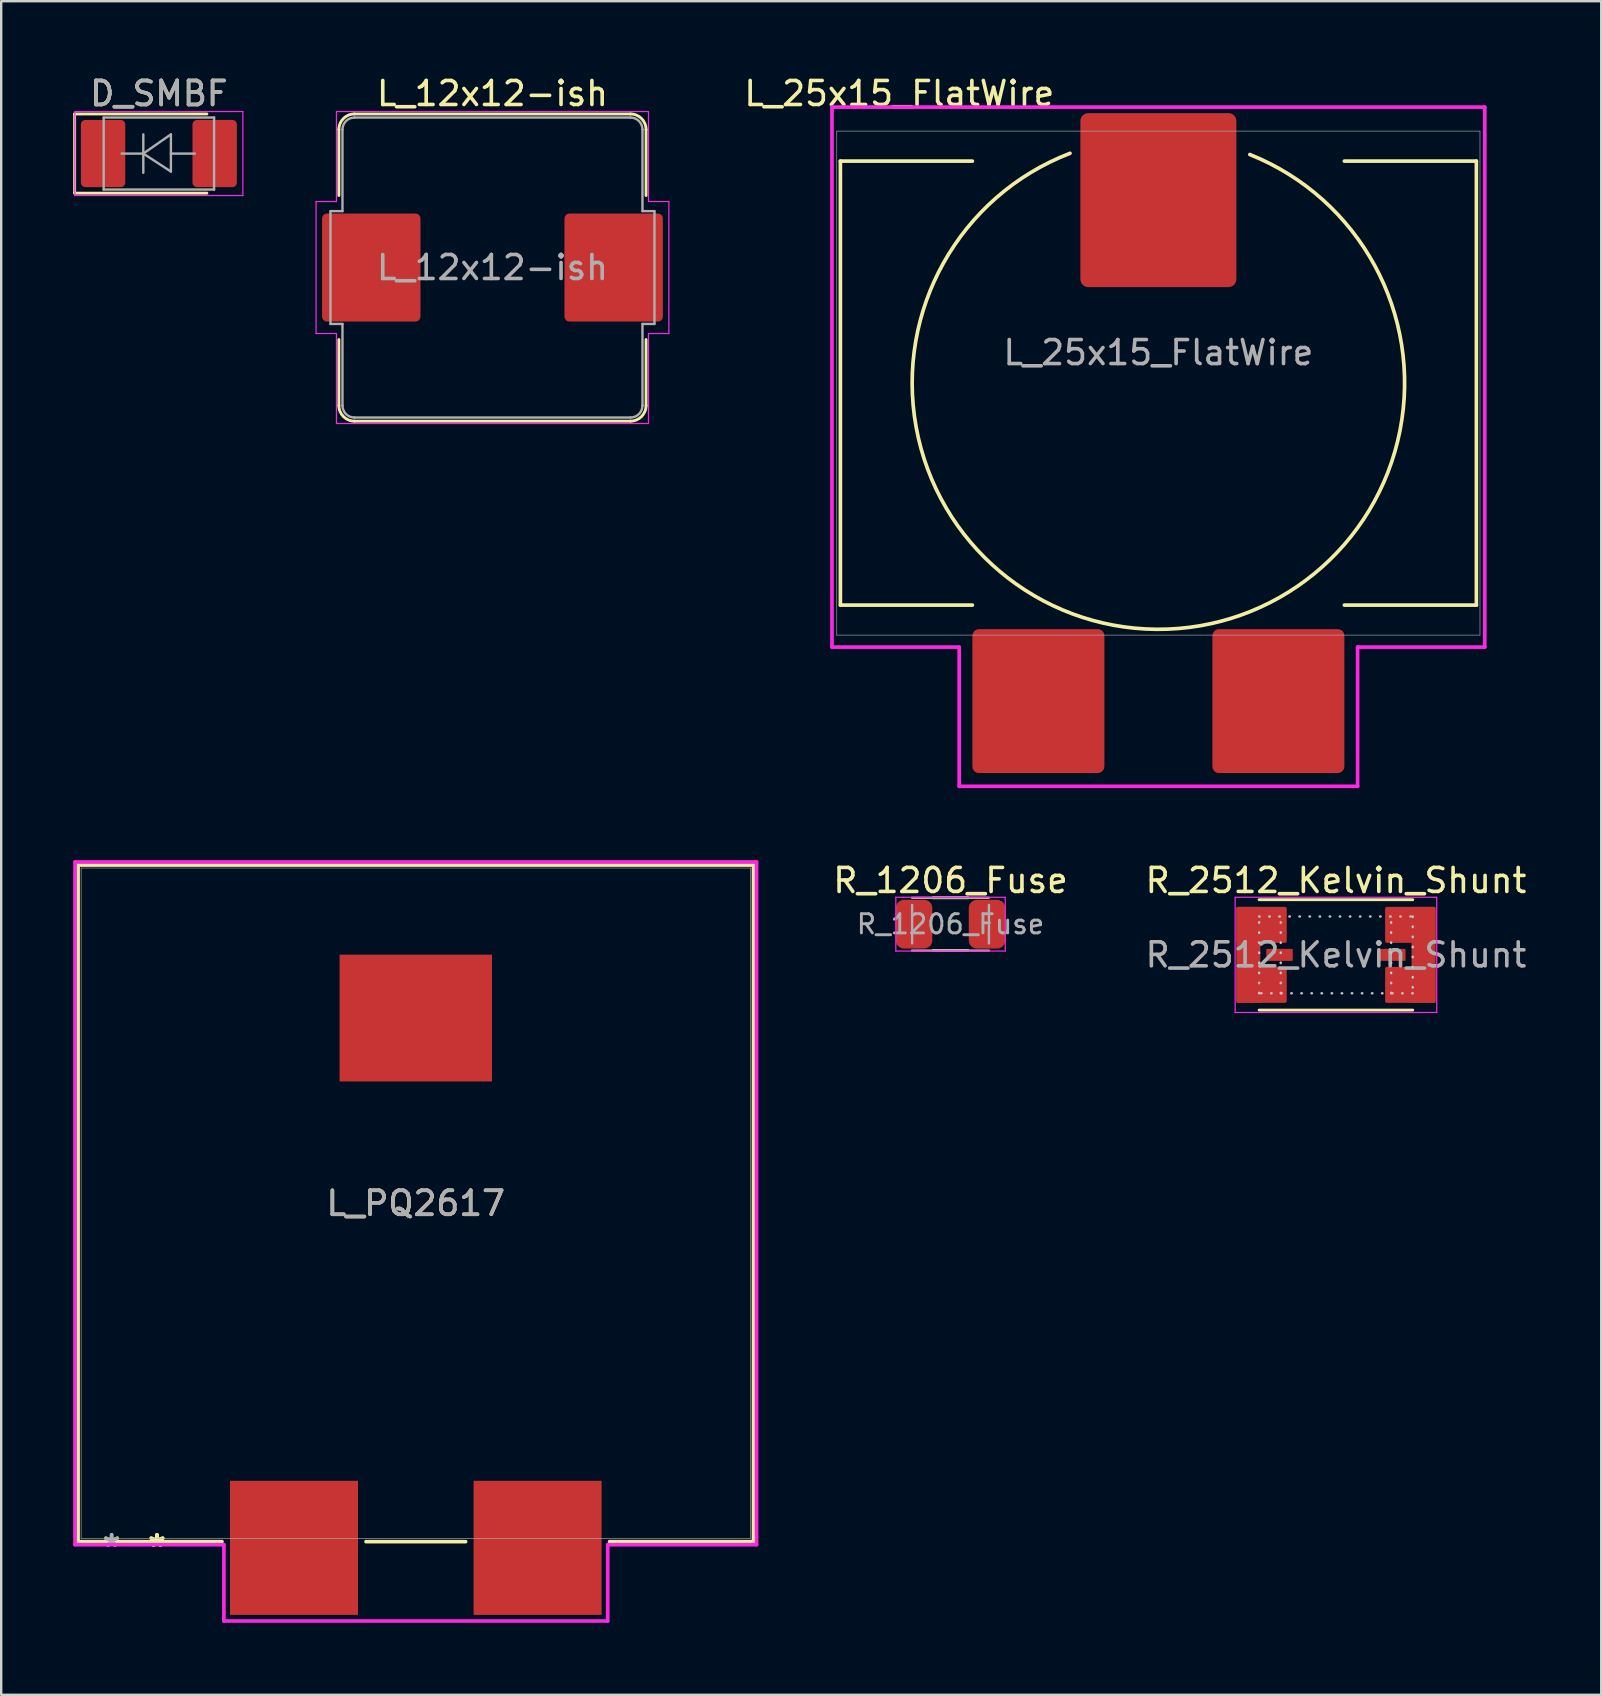
<source format=kicad_pcb>
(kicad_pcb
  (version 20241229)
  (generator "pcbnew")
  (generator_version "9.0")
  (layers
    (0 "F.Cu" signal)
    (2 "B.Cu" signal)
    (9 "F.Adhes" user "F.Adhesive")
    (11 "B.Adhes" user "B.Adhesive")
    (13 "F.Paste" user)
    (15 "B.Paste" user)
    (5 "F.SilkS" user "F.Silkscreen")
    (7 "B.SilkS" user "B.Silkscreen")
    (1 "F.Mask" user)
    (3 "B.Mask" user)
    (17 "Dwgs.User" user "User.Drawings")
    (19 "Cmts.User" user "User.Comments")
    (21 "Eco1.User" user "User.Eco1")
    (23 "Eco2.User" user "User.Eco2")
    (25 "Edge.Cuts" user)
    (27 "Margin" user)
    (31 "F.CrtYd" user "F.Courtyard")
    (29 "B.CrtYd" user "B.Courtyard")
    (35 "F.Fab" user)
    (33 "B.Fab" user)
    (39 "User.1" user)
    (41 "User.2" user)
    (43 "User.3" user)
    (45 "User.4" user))
  (footprint "L_12x12-ish"
    (layer "F.Cu")
    (at 17.47 8.098)
    (property "Reference" "L_12x12-ish" (at 0 -7.25 0) (layer "F.SilkS") (effects (font (size 1 1) (thickness 0.15))))
    (attr smd)
    (fp_line (start -6.4 -5.75) (end -6.4 -3) (stroke (width 0.12) (type solid)) (layer "F.SilkS"))
    (fp_line (start -6.4 3) (end -6.4 5.75) (stroke (width 0.12) (type solid)) (layer "F.SilkS"))
    (fp_line (start -5.75 -6.4) (end 5.75 -6.4) (stroke (width 0.12) (type solid)) (layer "F.SilkS"))
    (fp_line (start 5.75 6.4) (end -5.75 6.4) (stroke (width 0.12) (type solid)) (layer "F.SilkS"))
    (fp_line (start 6.4 -5.75) (end 6.4 -3) (stroke (width 0.12) (type solid)) (layer "F.SilkS"))
    (fp_line (start 6.4 3) (end 6.4 5.75) (stroke (width 0.12) (type solid)) (layer "F.SilkS"))
    (fp_arc (start -6.4 -5.75) (mid -6.209619 -6.209619) (end -5.75 -6.4) (stroke (width 0.12) (type solid)) (layer "F.SilkS"))
    (fp_arc (start -5.75 6.4) (mid -6.209619 6.209619) (end -6.4 5.75) (stroke (width 0.12) (type solid)) (layer "F.SilkS"))
    (fp_arc (start 5.75 -6.4) (mid 6.209619 -6.209619) (end 6.4 -5.75) (stroke (width 0.12) (type solid)) (layer "F.SilkS"))
    (fp_arc (start 6.4 5.75) (mid 6.209619 6.209619) (end 5.75 6.4) (stroke (width 0.12) (type solid)) (layer "F.SilkS"))
    (fp_line (start -7.35 -2.75) (end -6.5 -2.75) (stroke (width 0.05) (type solid)) (layer "F.CrtYd"))
    (fp_line (start -7.35 2.75) (end -7.35 -2.75) (stroke (width 0.05) (type solid)) (layer "F.CrtYd"))
    (fp_line (start -6.5 -6.5) (end 6.5 -6.5) (stroke (width 0.05) (type solid)) (layer "F.CrtYd"))
    (fp_line (start -6.5 -2.75) (end -6.5 -6.5) (stroke (width 0.05) (type solid)) (layer "F.CrtYd"))
    (fp_line (start -6.5 2.75) (end -7.35 2.75) (stroke (width 0.05) (type solid)) (layer "F.CrtYd"))
    (fp_line (start -6.5 2.75) (end -6.5 6.5) (stroke (width 0.05) (type solid)) (layer "F.CrtYd"))
    (fp_line (start 6.5 -2.75) (end 6.5 -6.5) (stroke (width 0.05) (type solid)) (layer "F.CrtYd"))
    (fp_line (start 6.5 -2.75) (end 7.35 -2.75) (stroke (width 0.05) (type solid)) (layer "F.CrtYd"))
    (fp_line (start 6.5 2.75) (end 6.5 6.5) (stroke (width 0.05) (type solid)) (layer "F.CrtYd"))
    (fp_line (start 6.5 6.5) (end -6.5 6.5) (stroke (width 0.05) (type solid)) (layer "F.CrtYd"))
    (fp_line (start 7.35 -2.75) (end 7.35 2.75) (stroke (width 0.05) (type solid)) (layer "F.CrtYd"))
    (fp_line (start 7.35 2.75) (end 6.5 2.75) (stroke (width 0.05) (type solid)) (layer "F.CrtYd"))
    (fp_line (start -6.75 -2.35) (end -6.75 2.35) (stroke (width 0.1) (type solid)) (layer "F.Fab"))
    (fp_line (start -6.75 -2.35) (end -6.25 -2.35) (stroke (width 0.1) (type solid)) (layer "F.Fab"))
    (fp_line (start -6.75 2.35) (end -6.25 2.35) (stroke (width 0.1) (type solid)) (layer "F.Fab"))
    (fp_line (start -6.25 -5.75) (end -6.25 -2.35) (stroke (width 0.1) (type solid)) (layer "F.Fab"))
    (fp_line (start -6.25 2.35) (end -6.25 5.75) (stroke (width 0.1) (type solid)) (layer "F.Fab"))
    (fp_line (start -5.75 -6.25) (end 5.75 -6.25) (stroke (width 0.1) (type solid)) (layer "F.Fab"))
    (fp_line (start 5.75 6.25) (end -5.75 6.25) (stroke (width 0.1) (type solid)) (layer "F.Fab"))
    (fp_line (start 6.25 -2.35) (end 6.25 -5.75) (stroke (width 0.1) (type solid)) (layer "F.Fab"))
    (fp_line (start 6.25 2.35) (end 6.25 5.75) (stroke (width 0.1) (type solid)) (layer "F.Fab"))
    (fp_line (start 6.75 -2.35) (end 6.25 -2.35) (stroke (width 0.1) (type solid)) (layer "F.Fab"))
    (fp_line (start 6.75 -2.35) (end 6.75 2.35) (stroke (width 0.1) (type solid)) (layer "F.Fab"))
    (fp_line (start 6.75 2.35) (end 6.25 2.35) (stroke (width 0.1) (type solid)) (layer "F.Fab"))
    (fp_arc (start -6.25 -5.75) (mid -6.103553 -6.103553) (end -5.75 -6.25) (stroke (width 0.1) (type solid)) (layer "F.Fab"))
    (fp_arc (start -5.75 6.25) (mid -6.103553 6.103553) (end -6.25 5.75) (stroke (width 0.1) (type solid)) (layer "F.Fab"))
    (fp_arc (start 5.75 -6.25) (mid 6.103553 -6.103553) (end 6.25 -5.75) (stroke (width 0.1) (type solid)) (layer "F.Fab"))
    (fp_arc (start 6.25 5.75) (mid 6.103553 6.103553) (end 5.75 6.25) (stroke (width 0.1) (type solid)) (layer "F.Fab"))
    (fp_text user "${REFERENCE}" (at 0 0 0) (layer "F.Fab") (effects (font (size 1 1) (thickness 0.15))))
    (pad "1" smd roundrect (at -5.05 0) (size 4.1 4.5) (layers "F.Cu" "F.Mask" "F.Paste") (roundrect_rratio 0.05))
    (pad "2" smd roundrect (at 5.05 0) (size 4.1 4.5) (layers "F.Cu" "F.Mask" "F.Paste") (roundrect_rratio 0.05)))
  (footprint "R_1206_Fuse"
    (layer "F.Cu")
    (at 36.556 35.458)
    (property "Reference" "R_1206_Fuse" (at 0 -1.82 0) (layer "F.SilkS") (effects (font (size 1 1) (thickness 0.15))))
    (attr smd)
    (fp_line (start -0.727 -1.1) (end 0.727 -1.1) (stroke (width 0.12) (type solid)) (layer "F.SilkS"))
    (fp_line (start -0.727 1.1) (end 0.727 1.1) (stroke (width 0.12) (type solid)) (layer "F.SilkS"))
    (fp_line (start -2.28 -1.12) (end 2.28 -1.12) (stroke (width 0.05) (type solid)) (layer "F.CrtYd"))
    (fp_line (start -2.28 1.12) (end -2.28 -1.12) (stroke (width 0.05) (type solid)) (layer "F.CrtYd"))
    (fp_line (start 2.28 -1.12) (end 2.28 1.12) (stroke (width 0.05) (type solid)) (layer "F.CrtYd"))
    (fp_line (start 2.28 1.12) (end -2.28 1.12) (stroke (width 0.05) (type solid)) (layer "F.CrtYd"))
    (fp_line (start -1.6 -1.1) (end 1.6 -1.1) (stroke (width 0.1) (type solid)) (layer "F.Fab"))
    (fp_line (start -1.6 0.8) (end -1.6 -0.8) (stroke (width 0.1) (type solid)) (layer "F.Fab"))
    (fp_line (start 1.6 -0.8) (end 1.6 0.8) (stroke (width 0.1) (type solid)) (layer "F.Fab"))
    (fp_line (start 1.6 1.1) (end -1.6 1.1) (stroke (width 0.1) (type solid)) (layer "F.Fab"))
    (fp_text user "${REFERENCE}" (at 0 0 0) (layer "F.Fab") (effects (font (size 0.8 0.8) (thickness 0.12))))
    (pad "1" smd roundrect (at -1.52 0) (size 1.52 2.03) (layers "F.Cu" "F.Mask" "F.Paste") (roundrect_rratio 0.222))
    (pad "2" smd roundrect (at 1.52 0) (size 1.52 2.03) (layers "F.Cu" "F.Mask" "F.Paste") (roundrect_rratio 0.222)))
  (footprint "D_SMBF"
    (layer "F.Cu")
    (at 3.57 3.348)
    (property "Reference" "D_SMBF" (at 0 -2.5 0) (layer "F.SilkS") (effects (font (size 1 1) (thickness 0.15))))
    (attr smd)
    (fp_line (start -3.51 -1.65) (end -3.51 1.65) (stroke (width 0.12) (type solid)) (layer "F.SilkS"))
    (fp_line (start -3.51 -1.65) (end 2 -1.65) (stroke (width 0.12) (type solid)) (layer "F.SilkS"))
    (fp_line (start -3.51 1.65) (end 2 1.65) (stroke (width 0.12) (type solid)) (layer "F.SilkS"))
    (fp_line (start -3.5 -1.75) (end 3.5 -1.75) (stroke (width 0.05) (type solid)) (layer "F.CrtYd"))
    (fp_line (start -3.5 1.75) (end -3.5 -1.75) (stroke (width 0.05) (type solid)) (layer "F.CrtYd"))
    (fp_line (start 3.5 -1.75) (end 3.5 1.75) (stroke (width 0.05) (type solid)) (layer "F.CrtYd"))
    (fp_line (start 3.5 1.75) (end -3.5 1.75) (stroke (width 0.05) (type solid)) (layer "F.CrtYd"))
    (fp_line (start -2.3 1.5) (end -2.3 -1.5) (stroke (width 0.1) (type solid)) (layer "F.Fab"))
    (fp_line (start -0.649 -0.799) (end -0.649 0.801) (stroke (width 0.1) (type solid)) (layer "F.Fab"))
    (fp_line (start -0.649 0.001) (end -1.551 0.001) (stroke (width 0.1) (type solid)) (layer "F.Fab"))
    (fp_line (start -0.649 0.001) (end 0.501 -0.799) (stroke (width 0.1) (type solid)) (layer "F.Fab"))
    (fp_line (start -0.649 0.001) (end 0.501 0.75) (stroke (width 0.1) (type solid)) (layer "F.Fab"))
    (fp_line (start 0.501 0.001) (end 1.499 0.001) (stroke (width 0.1) (type solid)) (layer "F.Fab"))
    (fp_line (start 0.501 0.75) (end 0.501 -0.799) (stroke (width 0.1) (type solid)) (layer "F.Fab"))
    (fp_line (start 2.3 -1.5) (end -2.3 -1.5) (stroke (width 0.1) (type solid)) (layer "F.Fab"))
    (fp_line (start 2.3 -1.5) (end 2.3 1.5) (stroke (width 0.1) (type solid)) (layer "F.Fab"))
    (fp_line (start 2.3 1.5) (end -2.3 1.5) (stroke (width 0.1) (type solid)) (layer "F.Fab"))
    (fp_text user "${REFERENCE}" (at 0 -2.5 0) (layer "F.Fab") (effects (font (size 1 1) (thickness 0.15))))
    (pad "1" smd roundrect (at -2.325 0) (size 1.85 2.8) (layers "F.Cu" "F.Mask" "F.Paste") (roundrect_rratio 0.1))
    (pad "2" smd roundrect (at 2.325 0) (size 1.85 2.8) (layers "F.Cu" "F.Mask" "F.Paste") (roundrect_rratio 0.1)))
  (footprint "R_2512_Kelvin_Shunt"
    (layer "F.Cu")
    (at 52.615 36.738)
    (property "Reference" "R_2512_Kelvin_Shunt" (at 0 -3.1 0) (layer "F.SilkS") (effects (font (size 1 1) (thickness 0.15))))
    (attr smd)
    (fp_line (start -3.2 -2.3) (end 3.2 -2.3) (stroke (width 0.12) (type solid)) (layer "F.SilkS"))
    (fp_line (start -3.2 2.3) (end 3.2 2.3) (stroke (width 0.12) (type solid)) (layer "F.SilkS"))
    (fp_line (start -3.2 -1.6) (end 3.2 -1.6) (stroke (width 0.1) (type dot)) (layer "Dwgs.User"))
    (fp_line (start -3.2 1.6) (end -3.2 -1.6) (stroke (width 0.1) (type dot)) (layer "Dwgs.User"))
    (fp_line (start -2.3 1.6) (end -2.3 -1.6) (stroke (width 0.1) (type dot)) (layer "Dwgs.User"))
    (fp_line (start 2.3 1.6) (end 2.3 -1.6) (stroke (width 0.1) (type dot)) (layer "Dwgs.User"))
    (fp_line (start 3.2 -1.6) (end 3.2 1.6) (stroke (width 0.1) (type dot)) (layer "Dwgs.User"))
    (fp_line (start 3.2 1.6) (end -3.2 1.6) (stroke (width 0.1) (type dot)) (layer "Dwgs.User"))
    (fp_line (start -4.2 -2.4) (end 4.2 -2.4) (stroke (width 0.05) (type solid)) (layer "F.CrtYd"))
    (fp_line (start -4.2 2.4) (end -4.2 -2.4) (stroke (width 0.05) (type solid)) (layer "F.CrtYd"))
    (fp_line (start 4.2 -2.4) (end 4.2 2.4) (stroke (width 0.05) (type solid)) (layer "F.CrtYd"))
    (fp_line (start 4.2 2.4) (end -4.2 2.4) (stroke (width 0.05) (type solid)) (layer "F.CrtYd"))
    (fp_text user "${REFERENCE}" (at 0 0 0) (layer "F.Fab") (effects (font (size 1 1) (thickness 0.15))))
    (pad "1" smd roundrect (at -3.65 0) (size 1 4) (layers "F.Cu" "F.Mask" "F.Paste") (roundrect_rratio 0.05))
    (pad "1" smd roundrect (at -3.1 -1.25) (size 2.1 1.5) (layers "F.Cu" "F.Mask" "F.Paste") (roundrect_rratio 0.05))
    (pad "1" smd roundrect (at -3.1 1.25) (size 2.1 1.5) (layers "F.Cu" "F.Mask" "F.Paste") (roundrect_rratio 0.05))
    (pad "2" smd roundrect (at -2.35 0) (size 1.1 0.5) (layers "F.Cu" "F.Mask" "F.Paste") (roundrect_rratio 0.05))
    (pad "3" smd roundrect (at 2.35 0) (size 1.1 0.5) (layers "F.Cu" "F.Mask" "F.Paste") (roundrect_rratio 0.05))
    (pad "4" smd roundrect (at 3.1 -1.25) (size 2.1 1.5) (layers "F.Cu" "F.Mask" "F.Paste") (roundrect_rratio 0.05))
    (pad "4" smd roundrect (at 3.1 1.25) (size 2.1 1.5) (layers "F.Cu" "F.Mask" "F.Paste") (roundrect_rratio 0.05))
    (pad "4" smd roundrect (at 3.65 0) (size 1 4) (layers "F.Cu" "F.Mask" "F.Paste") (roundrect_rratio 0.05)))
  (footprint "L_25x15_FlatWire"
    (layer "F.Cu")
    (at 45.217 12.913)
    (property "Reference" "L_25x15_FlatWire" (at -10.795 -12.065 0) (unlocked yes) (layer "F.SilkS") (effects (font (size 1 1) (thickness 0.15))))
    (attr smd)
    (fp_line (start -13.25 -9.25) (end -13.25 9.25) (stroke (width 0.152) (type solid)) (layer "F.SilkS"))
    (fp_line (start -7.75 -9.25) (end -13.25 -9.25) (stroke (width 0.152) (type solid)) (layer "F.SilkS"))
    (fp_line (start -7.75 9.25) (end -13.25 9.25) (stroke (width 0.152) (type solid)) (layer "F.SilkS"))
    (fp_line (start 7.75 -9.25) (end 13.25 -9.25) (stroke (width 0.152) (type solid)) (layer "F.SilkS"))
    (fp_line (start 13.25 9.25) (end 7.75 9.25) (stroke (width 0.152) (type solid)) (layer "F.SilkS"))
    (fp_line (start 13.25 9.25) (end 13.25 -9.25) (stroke (width 0.152) (type solid)) (layer "F.SilkS"))
    (fp_arc (start 3.81 -9.524999) (mid -0.068387 10.25851) (end -3.682672 -9.574948) (stroke (width 0.1524) (type solid)) (layer "F.SilkS"))
    (fp_line (start -13.6 -11.5) (end 13.6 -11.5) (stroke (width 0.152) (type solid)) (layer "F.CrtYd"))
    (fp_line (start -13.6 11) (end -13.6 -11.5) (stroke (width 0.152) (type solid)) (layer "F.CrtYd"))
    (fp_line (start -8.3 11) (end -13.6 11) (stroke (width 0.152) (type solid)) (layer "F.CrtYd"))
    (fp_line (start -8.3 11) (end -8.3 16.8) (stroke (width 0.152) (type solid)) (layer "F.CrtYd"))
    (fp_line (start 8.3 11) (end 8.3 16.8) (stroke (width 0.152) (type solid)) (layer "F.CrtYd"))
    (fp_line (start 8.3 11) (end 13.6 11) (stroke (width 0.152) (type solid)) (layer "F.CrtYd"))
    (fp_line (start 8.3 16.8) (end -8.3 16.8) (stroke (width 0.152) (type solid)) (layer "F.CrtYd"))
    (fp_line (start 13.6 -11.5) (end 13.6 11) (stroke (width 0.152) (type solid)) (layer "F.CrtYd"))
    (fp_line (start -13.4 -10.5) (end -13.4 10.5) (stroke (width 0.025) (type solid)) (layer "F.Fab"))
    (fp_line (start -13.4 10.5) (end 13.4 10.5) (stroke (width 0.025) (type solid)) (layer "F.Fab"))
    (fp_line (start 13.4 -10.5) (end -13.4 -10.5) (stroke (width 0.025) (type solid)) (layer "F.Fab"))
    (fp_line (start 13.4 10.5) (end 13.4 -10.5) (stroke (width 0.025) (type solid)) (layer "F.Fab"))
    (fp_text user "${REFERENCE}" (at 0 -1.27 0) (unlocked yes) (layer "F.Fab") (effects (font (size 1 1) (thickness 0.15))))
    (pad "1" smd roundrect (at -5 13.25) (size 5.5 6) (layers "F.Cu" "F.Mask" "F.Paste") (roundrect_rratio 0.05))
    (pad "2" smd roundrect (at 5 13.25) (size 5.5 6) (layers "F.Cu" "F.Mask" "F.Paste") (roundrect_rratio 0.05))
    (pad "3" smd roundrect (at 0 -7.625) (size 6.5 7.25) (layers "F.Cu" "F.Mask" "F.Paste") (roundrect_rratio 0.05)))
  (footprint "L_PQ2617"
    (layer "F.Cu")
    (at 14.275 47.09)
    (property "Reference" "L_PQ2617" (at 0 0 0) (unlocked yes) (layer "F.SilkS") (effects (font (size 1 1) (thickness 0.15))))
    (attr smd)
    (fp_line (start -14.072 -14.097) (end -14.072 14.097) (stroke (width 0.152) (type solid)) (layer "F.SilkS"))
    (fp_line (start -14.072 14.097) (end -8.075 14.097) (stroke (width 0.152) (type solid)) (layer "F.SilkS"))
    (fp_line (start -2.075 14.097) (end 2.075 14.097) (stroke (width 0.152) (type solid)) (layer "F.SilkS"))
    (fp_line (start 8.075 14.097) (end 14.072 14.097) (stroke (width 0.152) (type solid)) (layer "F.SilkS"))
    (fp_line (start 14.072 -14.097) (end -14.072 -14.097) (stroke (width 0.152) (type solid)) (layer "F.SilkS"))
    (fp_line (start 14.072 14.097) (end 14.072 -14.097) (stroke (width 0.152) (type solid)) (layer "F.SilkS"))
    (fp_line (start -14.199 -14.224) (end 14.199 -14.224) (stroke (width 0.152) (type solid)) (layer "F.CrtYd"))
    (fp_line (start -14.199 14.224) (end -14.199 -14.224) (stroke (width 0.152) (type solid)) (layer "F.CrtYd"))
    (fp_line (start -7.996 14.224) (end -14.199 14.224) (stroke (width 0.152) (type solid)) (layer "F.CrtYd"))
    (fp_line (start -7.996 14.224) (end -7.996 17.403) (stroke (width 0.152) (type solid)) (layer "F.CrtYd"))
    (fp_line (start 7.996 14.224) (end 7.996 17.403) (stroke (width 0.152) (type solid)) (layer "F.CrtYd"))
    (fp_line (start 7.996 14.224) (end 14.199 14.224) (stroke (width 0.152) (type solid)) (layer "F.CrtYd"))
    (fp_line (start 7.996 17.403) (end -7.996 17.403) (stroke (width 0.152) (type solid)) (layer "F.CrtYd"))
    (fp_line (start 14.199 -14.224) (end 14.199 14.224) (stroke (width 0.152) (type solid)) (layer "F.CrtYd"))
    (fp_line (start -13.945 -13.97) (end -13.945 13.97) (stroke (width 0.025) (type solid)) (layer "F.Fab"))
    (fp_line (start -13.945 13.97) (end 13.945 13.97) (stroke (width 0.025) (type solid)) (layer "F.Fab"))
    (fp_line (start 13.945 -13.97) (end -13.945 -13.97) (stroke (width 0.025) (type solid)) (layer "F.Fab"))
    (fp_line (start 13.945 13.97) (end 13.945 -13.97) (stroke (width 0.025) (type solid)) (layer "F.Fab"))
    (fp_text user "*" (at -10.785 14.355 0) (layer "F.SilkS") (effects (font (size 1 1) (thickness 0.15))))
    (fp_text user "*" (at -10.785 14.355 0) (unlocked yes) (layer "F.SilkS") (effects (font (size 1 1) (thickness 0.15))))
    (fp_text user "*" (at -12.675 14.355 0) (layer "F.Fab") (effects (font (size 1 1) (thickness 0.15))))
    (fp_text user "*" (at -12.675 14.355 0) (unlocked yes) (layer "F.Fab") (effects (font (size 1 1) (thickness 0.15))))
    (fp_text user "${REFERENCE}" (at 0 0 0) (unlocked yes) (layer "F.Fab") (effects (font (size 1 1) (thickness 0.15))))
    (pad "1" smd rect (at -5.075 14.355) (size 5.334 5.588) (layers "F.Cu" "F.Mask" "F.Paste"))
    (pad "2" smd rect (at 5.075 14.355) (size 5.334 5.588) (layers "F.Cu" "F.Mask" "F.Paste"))
    (pad "3" smd rect (at 0 -7.72) (size 6.35 5.283) (layers "F.Cu" "F.Mask" "F.Paste")))
  (gr_rect
    (start -3 -3)
    (end 63.669 67.569)
    (stroke (width 0.1) (type default))
    (fill no)
    (layer "Edge.Cuts")))
</source>
